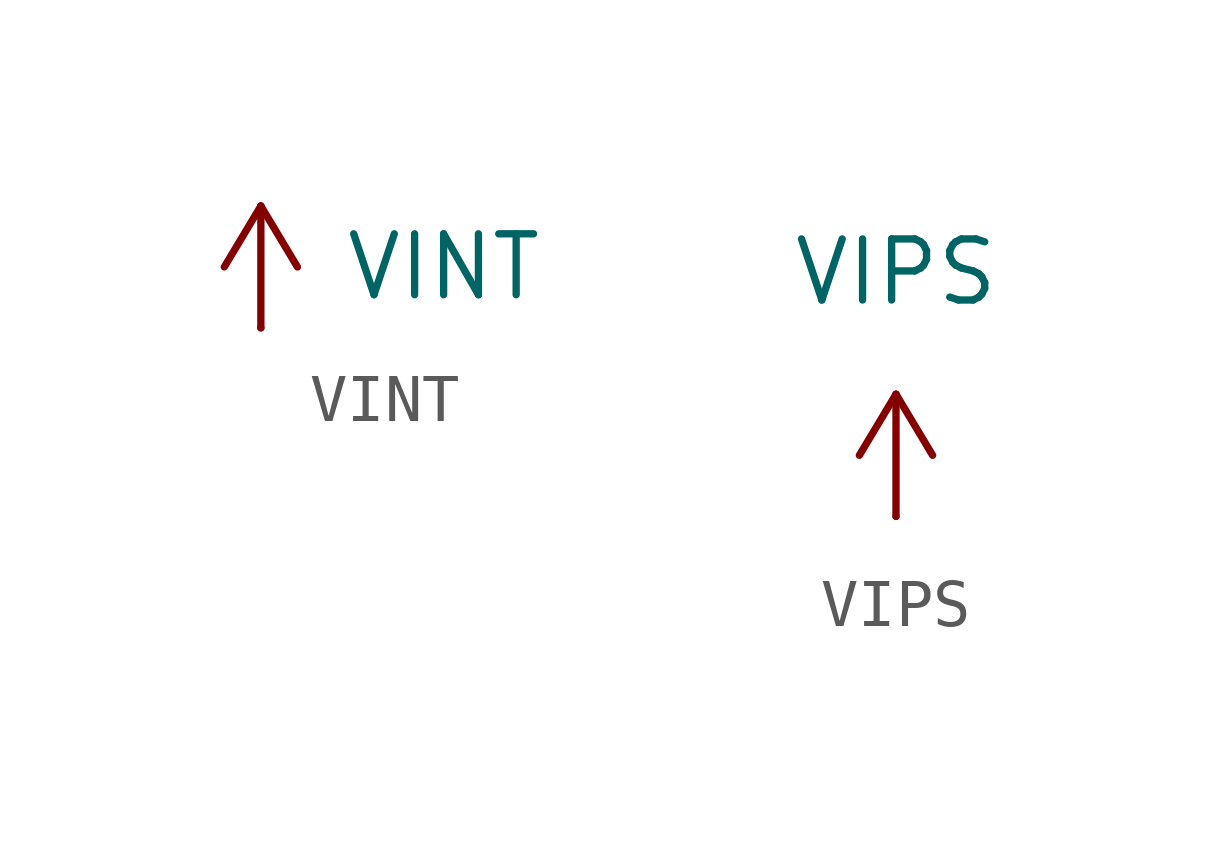
<source format=kicad_sym>
(kicad_symbol_lib
  (version 20241209)
  (generator "kicad_symbol_editor")
  (generator_version "9.0")
  (symbol "VINT"
    (power)
    (pin_numbers
      (hide yes))
    (pin_names
      (offset 0)
      (hide yes))
    (property "Reference" "#PWR037"
      (at 0 -3.81 0)
      (effects (font (size 1.27 1.27)) (hide yes)))
    (property "Value" "VINT"
      (at 3.81 1.27 0)
      (effects (font (size 1.27 1.27))))
    (symbol "VINT_0_1"
      (polyline (pts (xy -0.762 1.27) (xy 0 2.54)) (stroke (width 0) (type default)) (fill (type none)))
      (polyline (pts (xy 0 2.54) (xy 0.762 1.27)) (stroke (width 0) (type default)) (fill (type none)))
      (polyline (pts (xy 0 0) (xy 0 2.54)) (stroke (width 0) (type default)) (fill (type none))))
    (symbol "VINT_1_1"
      (pin power_in line (at 0 0 90) (length 0) (name "~" (effects (font (size 1.27 1.27)))) (number "1" (effects (font (size 1.27 1.27)))))))
  (symbol "VIPS"
    (power)
    (pin_numbers
      (hide yes))
    (pin_names
      (offset 0)
      (hide yes))
    (property "Reference" "#PWR024"
      (at 0 -3.81 0)
      (effects (font (size 1.27 1.27)) (hide yes)))
    (property "Value" "VIPS"
      (at 0 5.08 0)
      (effects (font (size 1.27 1.27))))
    (symbol "VIPS_0_1"
      (polyline (pts (xy -0.762 1.27) (xy 0 2.54)) (stroke (width 0) (type default)) (fill (type none)))
      (polyline (pts (xy 0 2.54) (xy 0.762 1.27)) (stroke (width 0) (type default)) (fill (type none)))
      (polyline (pts (xy 0 0) (xy 0 2.54)) (stroke (width 0) (type default)) (fill (type none))))
    (symbol "VIPS_1_1"
      (pin power_in line (at 0 0 90) (length 0) (name "~" (effects (font (size 1.27 1.27)))) (number "1" (effects (font (size 1.27 1.27))))))))
</source>
